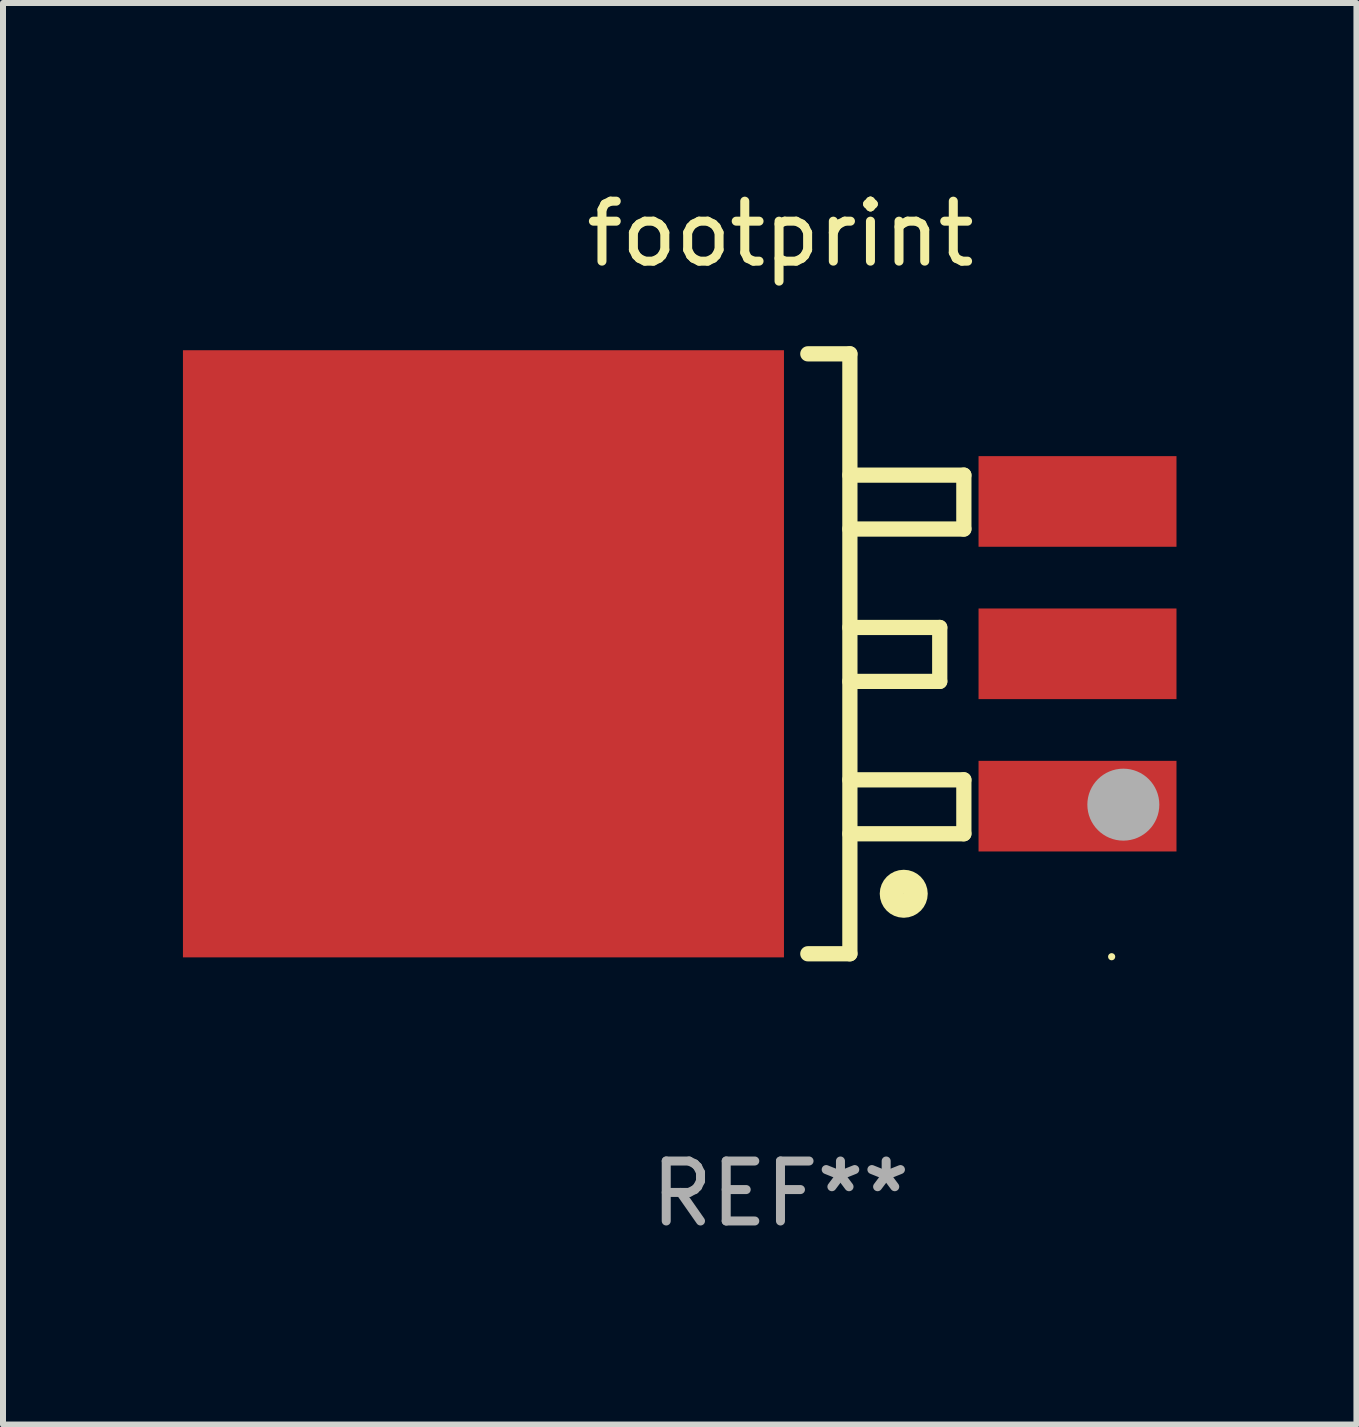
<source format=kicad_pcb>
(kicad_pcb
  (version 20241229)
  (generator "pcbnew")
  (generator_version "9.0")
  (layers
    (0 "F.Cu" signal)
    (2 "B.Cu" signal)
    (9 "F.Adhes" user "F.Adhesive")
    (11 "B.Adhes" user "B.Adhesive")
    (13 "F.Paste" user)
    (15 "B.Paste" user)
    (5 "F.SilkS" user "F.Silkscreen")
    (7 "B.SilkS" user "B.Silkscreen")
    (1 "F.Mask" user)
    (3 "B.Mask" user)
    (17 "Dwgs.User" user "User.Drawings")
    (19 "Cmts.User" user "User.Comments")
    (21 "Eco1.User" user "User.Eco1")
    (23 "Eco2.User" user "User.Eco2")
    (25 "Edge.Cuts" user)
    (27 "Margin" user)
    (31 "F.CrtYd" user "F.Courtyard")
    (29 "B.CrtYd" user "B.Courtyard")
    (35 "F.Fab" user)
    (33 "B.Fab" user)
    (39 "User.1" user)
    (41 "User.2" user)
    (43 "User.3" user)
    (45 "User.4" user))
  (footprint "footprint"
    (layer "F.Cu")
    (at 9.962 7.85)
    (property "Reference" "footprint" (at -0.000051 -7.001 0) (layer "F.SilkS") (effects (font (size 1 1) (thickness 0.15))))
    (attr smd)
    (fp_line (start 0.456 -5.001) (end 1.157 -5.001) (stroke (width 0.254) (type solid)) (layer "F.SilkS"))
    (fp_line (start 1.157 -5.001) (end 1.157 5.001) (stroke (width 0.254) (type solid)) (layer "F.SilkS"))
    (fp_line (start 1.157 -2.979) (end 3.057 -2.979) (stroke (width 0.254) (type solid)) (layer "F.SilkS"))
    (fp_line (start 1.157 -0.439) (end 2.655 -0.439) (stroke (width 0.254) (type solid)) (layer "F.SilkS"))
    (fp_line (start 1.157 2.101) (end 3.057 2.101) (stroke (width 0.254) (type solid)) (layer "F.SilkS"))
    (fp_line (start 1.157 3) (end 3.057 3) (stroke (width 0.254) (type solid)) (layer "F.SilkS"))
    (fp_line (start 1.157 5.001) (end 0.456 5.001) (stroke (width 0.254) (type solid)) (layer "F.SilkS"))
    (fp_line (start 2.655 -0.439) (end 2.655 0.46) (stroke (width 0.254) (type solid)) (layer "F.SilkS"))
    (fp_line (start 2.655 0.46) (end 1.157 0.46) (stroke (width 0.254) (type solid)) (layer "F.SilkS"))
    (fp_line (start 3.057 -2.979) (end 3.057 -2.08) (stroke (width 0.254) (type solid)) (layer "F.SilkS"))
    (fp_line (start 3.057 -2.08) (end 1.157 -2.08) (stroke (width 0.254) (type solid)) (layer "F.SilkS"))
    (fp_line (start 3.057 2.101) (end 3.057 3) (stroke (width 0.254) (type solid)) (layer "F.SilkS"))
    (fp_arc (start 2.053416 4.201168) (mid 2.054537 3.799852) (end 2.056254 4.201166) (stroke (width 0.398781) (type solid)) (layer "F.SilkS"))
    (fp_circle (center 5.521 5.05) (end 5.551 5.05) (stroke (width 0.06) (type solid)) (fill no) (layer "F.SilkS"))
    (fp_circle (center 5.716 2.515) (end 6.016 2.515) (stroke (width 0.6) (type solid)) (fill no) (layer "F.Fab"))
    (fp_text user "REF**" (at -0.000051 9.001 0) (layer "F.Fab") (effects (font (size 1 1) (thickness 0.15))))
    (pad "1" smd rect (at 4.952 2.54) (size 3.3 1.511) (layers "F.Cu" "F.Mask" "F.Paste"))
    (pad "2" smd rect (at 4.952 0) (size 3.3 1.511) (layers "F.Cu" "F.Mask" "F.Paste"))
    (pad "3" smd rect (at 4.952 -2.54) (size 3.3 1.511) (layers "F.Cu" "F.Mask" "F.Paste"))
    (pad "4" smd rect (at -4.952 0) (size 10.02 10.122) (layers "F.Cu" "F.Mask" "F.Paste")))
  (gr_rect
    (start -3 -3)
    (end 19.564 20.699)
    (stroke (width 0.1) (type default))
    (fill no)
    (layer "Edge.Cuts")))
</source>
